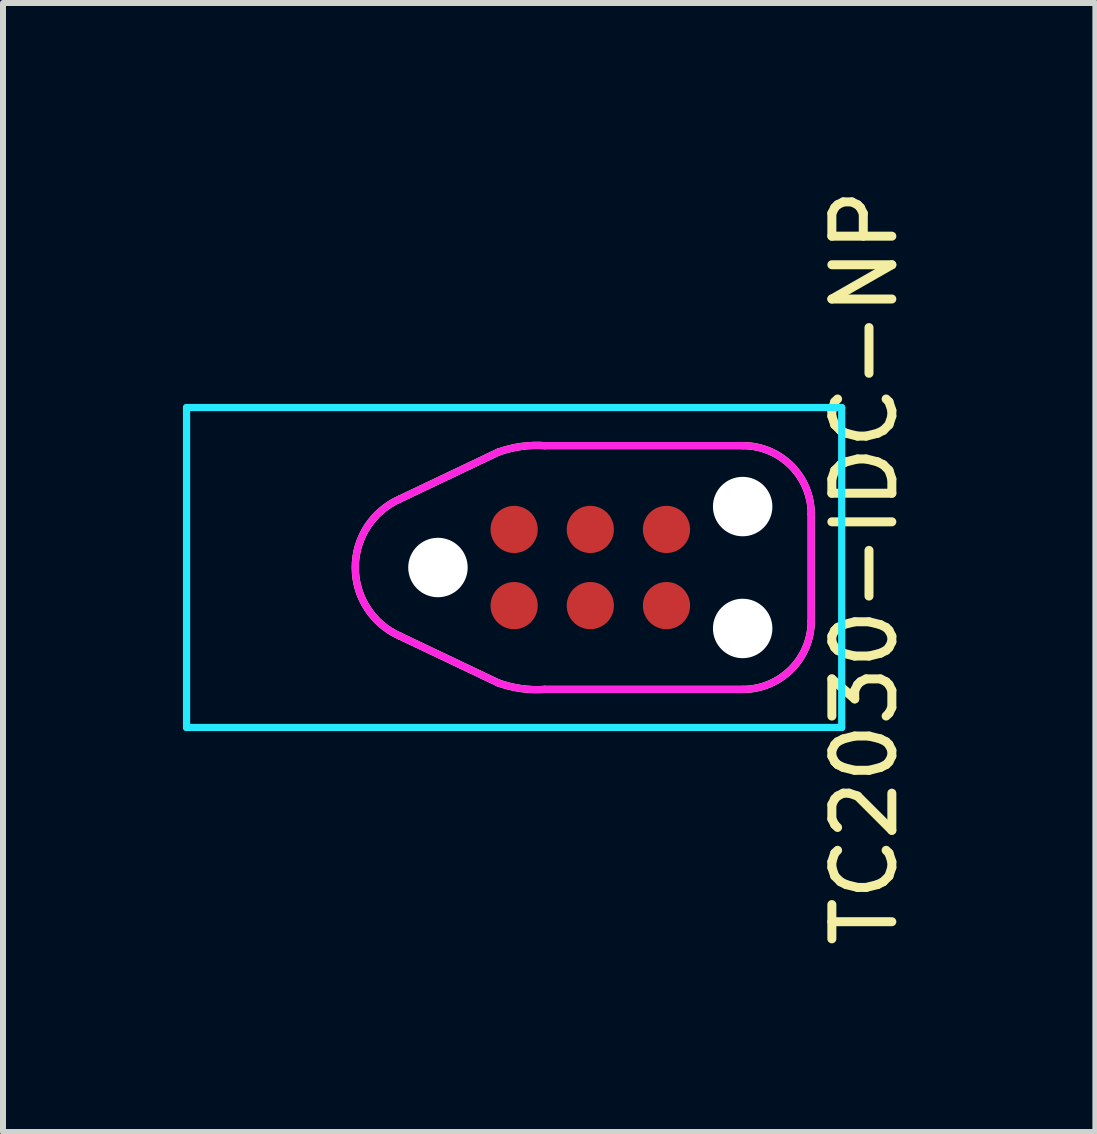
<source format=kicad_pcb>
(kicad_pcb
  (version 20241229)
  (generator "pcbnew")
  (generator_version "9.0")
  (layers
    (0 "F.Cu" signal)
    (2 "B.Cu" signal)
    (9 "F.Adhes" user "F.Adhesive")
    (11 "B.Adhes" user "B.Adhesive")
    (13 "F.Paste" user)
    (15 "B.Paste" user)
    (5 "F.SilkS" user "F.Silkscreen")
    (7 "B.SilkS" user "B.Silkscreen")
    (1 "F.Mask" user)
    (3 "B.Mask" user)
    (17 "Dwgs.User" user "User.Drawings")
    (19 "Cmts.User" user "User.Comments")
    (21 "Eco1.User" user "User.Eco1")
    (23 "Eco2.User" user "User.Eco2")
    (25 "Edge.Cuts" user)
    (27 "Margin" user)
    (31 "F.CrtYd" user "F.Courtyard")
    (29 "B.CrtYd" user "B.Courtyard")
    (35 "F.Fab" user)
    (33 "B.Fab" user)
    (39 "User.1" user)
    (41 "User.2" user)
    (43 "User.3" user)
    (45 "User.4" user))
  (footprint "TC2030-IDC-NP"
    (layer "F.Cu")
    (at 6.791 6.411)
    (property "Reference" "TC2030-IDC-NP" (at 4.572 0 90) (layer "F.SilkS") (effects (font (size 1 1) (thickness 0.15))))
    (attr through_hole)
    (fp_line (start -1.532 1.925) (end -3.175 1.143) (stroke (width 0.12) (type solid)) (layer "F.SilkS"))
    (fp_line (start -1.532 -1.925) (end -3.175 -1.143) (stroke (width 0.12) (type solid)) (layer "F.SilkS"))
    (fp_line (start -0.762 -2.032) (end 2.54 -2.032) (stroke (width 0.12) (type solid)) (layer "F.SilkS"))
    (fp_line (start 2.54 2.032) (end -0.762 2.032) (stroke (width 0.12) (type solid)) (layer "F.SilkS"))
    (fp_line (start 3.683 -0.889) (end 3.683 0.889) (stroke (width 0.12) (type solid)) (layer "F.SilkS"))
    (fp_arc (start -3.175 1.14322) (mid -3.918302 0.000272) (end -3.175497 -1.142999) (stroke (width 0.12) (type solid)) (layer "F.SilkS"))
    (fp_arc (start -1.53215 -1.92464) (mid -1.152599 -2.017944) (end -0.762 -2.032) (stroke (width 0.12) (type solid)) (layer "F.SilkS"))
    (fp_arc (start -0.762001 2.032) (mid -1.1526 2.017944) (end -1.532151 1.92464) (stroke (width 0.12) (type solid)) (layer "F.SilkS"))
    (fp_arc (start 2.54 -2.032) (mid 3.348223 -1.697223) (end 3.683 -0.889) (stroke (width 0.12) (type solid)) (layer "F.SilkS"))
    (fp_arc (start 3.683 0.889) (mid 3.348223 1.697223) (end 2.54 2.032) (stroke (width 0.12) (type solid)) (layer "F.SilkS"))
    (fp_line (start -6.731 -2.667) (end -6.731 2.667) (stroke (width 0.12) (type solid)) (layer "B.CrtYd"))
    (fp_line (start -6.731 2.667) (end 4.191 2.667) (stroke (width 0.12) (type solid)) (layer "B.CrtYd"))
    (fp_line (start 4.191 -2.667) (end -6.731 -2.667) (stroke (width 0.12) (type solid)) (layer "B.CrtYd"))
    (fp_line (start 4.191 2.667) (end 4.191 -2.667) (stroke (width 0.12) (type solid)) (layer "B.CrtYd"))
    (fp_line (start -1.532 -1.925) (end -3.175 -1.143) (stroke (width 0.12) (type solid)) (layer "F.CrtYd"))
    (fp_line (start -1.532 1.925) (end -3.175 1.143) (stroke (width 0.12) (type solid)) (layer "F.CrtYd"))
    (fp_line (start -0.762 -2.032) (end 2.54 -2.032) (stroke (width 0.12) (type solid)) (layer "F.CrtYd"))
    (fp_line (start 2.54 2.032) (end -0.762 2.032) (stroke (width 0.12) (type solid)) (layer "F.CrtYd"))
    (fp_line (start 3.683 -0.889) (end 3.683 0.889) (stroke (width 0.12) (type solid)) (layer "F.CrtYd"))
    (fp_arc (start -3.175497 1.142999) (mid -3.918302 -0.000272) (end -3.175 -1.14322) (stroke (width 0.12) (type solid)) (layer "F.CrtYd"))
    (fp_arc (start -1.532151 -1.92464) (mid -1.1526 -2.017944) (end -0.762001 -2.032) (stroke (width 0.12) (type solid)) (layer "F.CrtYd"))
    (fp_arc (start -0.762 2.032) (mid -1.152599 2.017944) (end -1.53215 1.92464) (stroke (width 0.12) (type solid)) (layer "F.CrtYd"))
    (fp_arc (start 2.54 -2.032) (mid 3.348223 -1.697223) (end 3.683 -0.889) (stroke (width 0.12) (type solid)) (layer "F.CrtYd"))
    (fp_arc (start 3.683 0.889) (mid 3.348223 1.697223) (end 2.54 2.032) (stroke (width 0.12) (type solid)) (layer "F.CrtYd"))
    (pad "" np_thru_hole circle (at -2.54 0) (size 0.991 0.991) (drill 0.991) (layers "*.Cu" "*.Mask"))
    (pad "" np_thru_hole circle (at 2.54 -1.016) (size 0.991 0.991) (drill 0.991) (layers "*.Cu" "*.Mask"))
    (pad "" np_thru_hole circle (at 2.54 1.016) (size 0.991 0.991) (drill 0.991) (layers "*.Cu" "*.Mask"))
    (pad "1" smd circle (at -1.27 0.635) (size 0.787 0.787) (layers "F.Cu" "F.Mask"))
    (pad "2" smd circle (at -1.27 -0.635) (size 0.787 0.787) (layers "F.Cu" "F.Mask"))
    (pad "3" smd circle (at 0 0.635) (size 0.787 0.787) (layers "F.Cu" "F.Mask"))
    (pad "4" smd circle (at 0 -0.635) (size 0.787 0.787) (layers "F.Cu" "F.Mask"))
    (pad "5" smd circle (at 1.27 0.635) (size 0.787 0.787) (layers "F.Cu" "F.Mask"))
    (pad "6" smd circle (at 1.27 -0.635) (size 0.787 0.787) (layers "F.Cu" "F.Mask")))
  (gr_rect
    (start -3 -3)
    (end 15.211 15.821)
    (stroke (width 0.1) (type default))
    (fill no)
    (layer "Edge.Cuts")))
</source>
